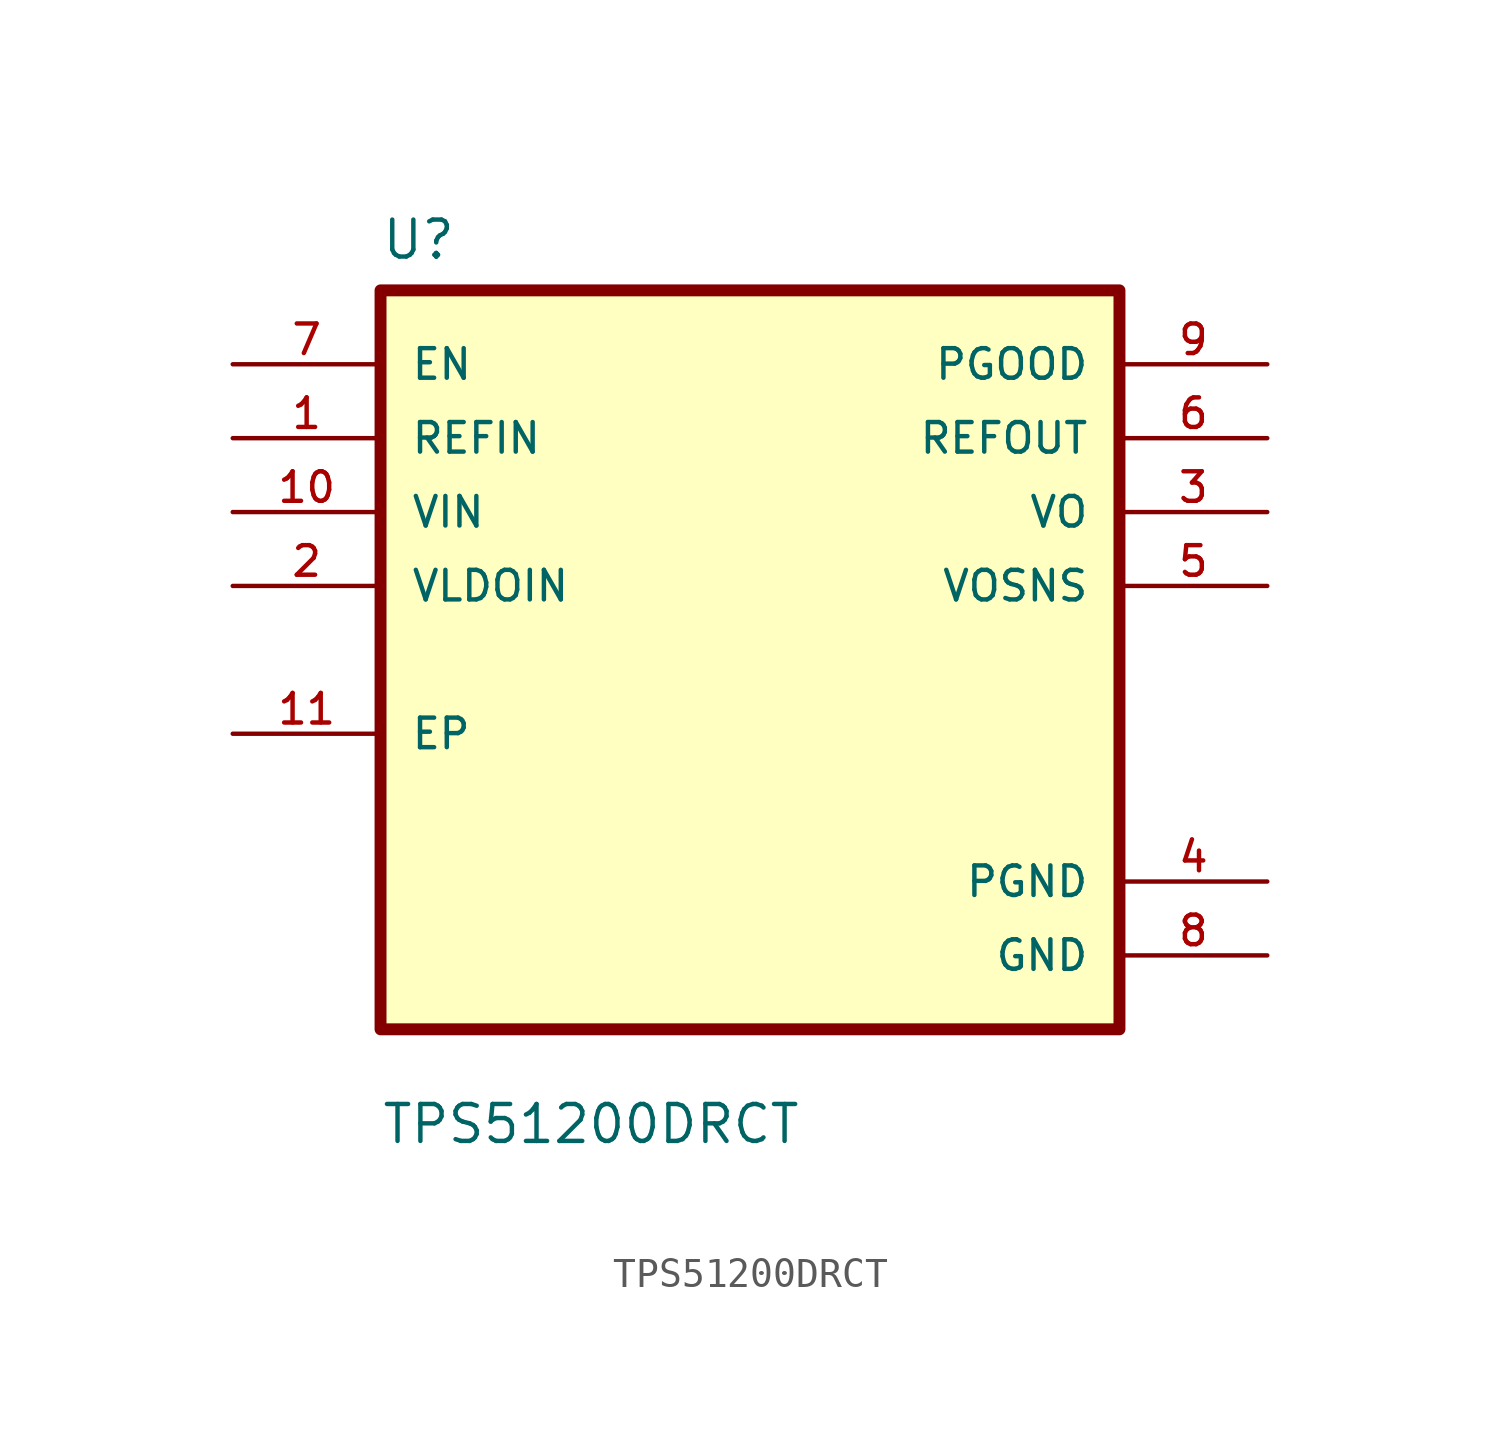
<source format=kicad_sym>
(kicad_symbol_lib
  (version 20211014)
  (generator kicad_symbol_editor)
  (symbol "TPS51200DRCT"
    (pin_names
      (offset 1.016))
    (property "Reference" "U"
      (at -12.7 13.7 0.0)
      (effects (font (size 1.27 1.27)) (justify bottom left)))
    (property "Value" "TPS51200DRCT"
      (at -12.7 -16.7 0.0)
      (effects (font (size 1.27 1.27)) (justify bottom left)))
    (symbol "TPS51200DRCT_0_0"
      (rectangle (start -12.7 -12.7) (end 12.7 12.7) (stroke (width 0.41)) (fill (type background)))
      (pin input line (at -17.78 10.16 0) (length 5.08) (name "EN" (effects (font (size 1.016 1.016)))) (number "7" (effects (font (size 1.016 1.016)))))
      (pin input line (at -17.78 7.62 0) (length 5.08) (name "REFIN" (effects (font (size 1.016 1.016)))) (number "1" (effects (font (size 1.016 1.016)))))
      (pin input line (at -17.78 5.08 0) (length 5.08) (name "VIN" (effects (font (size 1.016 1.016)))) (number "10" (effects (font (size 1.016 1.016)))))
      (pin input line (at -17.78 2.54 0) (length 5.08) (name "VLDOIN" (effects (font (size 1.016 1.016)))) (number "2" (effects (font (size 1.016 1.016)))))
      (pin bidirectional line (at -17.78 -2.54 0) (length 5.08) (name "EP" (effects (font (size 1.016 1.016)))) (number "11" (effects (font (size 1.016 1.016)))))
      (pin output line (at 17.78 10.16 180.0) (length 5.08) (name "PGOOD" (effects (font (size 1.016 1.016)))) (number "9" (effects (font (size 1.016 1.016)))))
      (pin output line (at 17.78 7.62 180.0) (length 5.08) (name "REFOUT" (effects (font (size 1.016 1.016)))) (number "6" (effects (font (size 1.016 1.016)))))
      (pin output line (at 17.78 5.08 180.0) (length 5.08) (name "VO" (effects (font (size 1.016 1.016)))) (number "3" (effects (font (size 1.016 1.016)))))
      (pin output line (at 17.78 2.54 180.0) (length 5.08) (name "VOSNS" (effects (font (size 1.016 1.016)))) (number "5" (effects (font (size 1.016 1.016)))))
      (pin power_in line (at 17.78 -7.62 180.0) (length 5.08) (name "PGND" (effects (font (size 1.016 1.016)))) (number "4" (effects (font (size 1.016 1.016)))))
      (pin power_in line (at 17.78 -10.16 180.0) (length 5.08) (name "GND" (effects (font (size 1.016 1.016)))) (number "8" (effects (font (size 1.016 1.016))))))))
</source>
